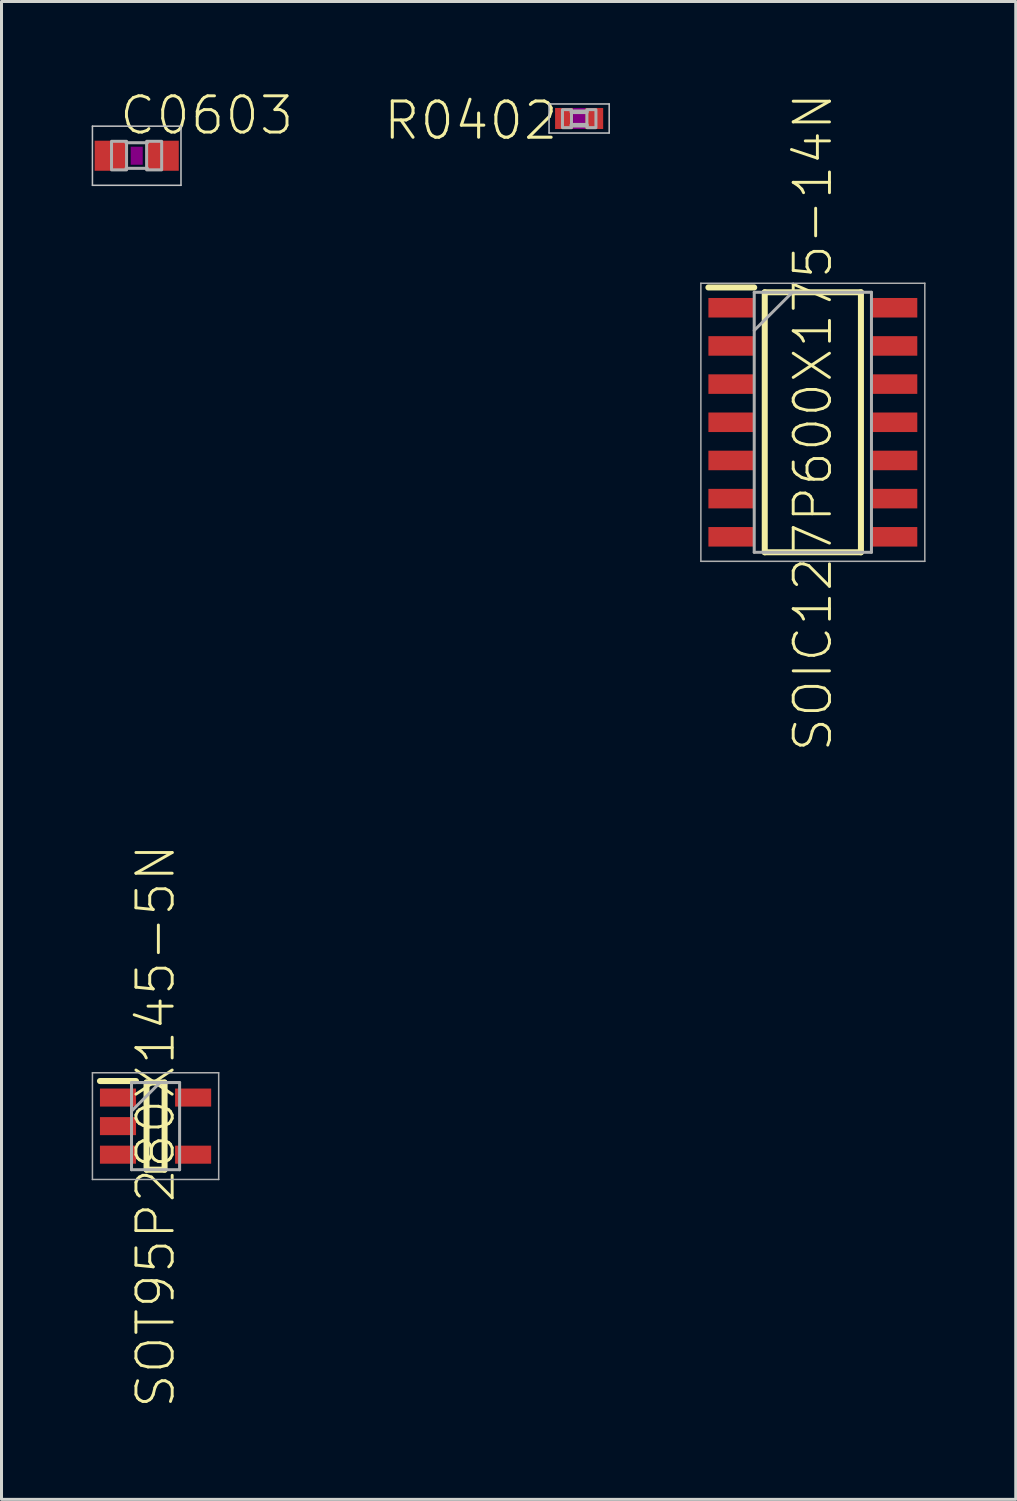
<source format=kicad_pcb>
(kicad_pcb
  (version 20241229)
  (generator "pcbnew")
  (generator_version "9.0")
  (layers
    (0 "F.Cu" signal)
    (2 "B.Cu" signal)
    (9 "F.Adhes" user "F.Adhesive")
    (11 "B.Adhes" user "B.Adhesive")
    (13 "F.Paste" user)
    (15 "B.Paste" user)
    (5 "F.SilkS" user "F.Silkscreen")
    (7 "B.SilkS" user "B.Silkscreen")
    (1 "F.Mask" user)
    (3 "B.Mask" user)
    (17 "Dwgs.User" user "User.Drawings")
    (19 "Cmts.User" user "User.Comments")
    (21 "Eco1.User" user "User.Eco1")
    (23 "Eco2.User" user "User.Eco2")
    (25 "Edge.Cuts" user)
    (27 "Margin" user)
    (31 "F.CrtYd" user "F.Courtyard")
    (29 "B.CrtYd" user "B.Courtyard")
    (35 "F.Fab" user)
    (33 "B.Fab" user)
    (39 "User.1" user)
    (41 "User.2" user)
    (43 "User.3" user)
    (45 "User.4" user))
  (footprint "SOIC127P600X175-14N"
    (layer "F.Cu")
    (at 23.991 10.998)
    (property "Reference" "SOIC127P600X175-14N" (at 0 0 270) (layer "F.SilkS") (effects (font (size 1.206 1.206) (thickness 0.097))))
    (attr through_hole)
    (fp_line (start -3.475 -4.485) (end -1.95 -4.485) (stroke (width 0.2) (type solid)) (layer "F.SilkS"))
    (fp_line (start -1.6 -4.325) (end 1.6 -4.325) (stroke (width 0.2) (type solid)) (layer "F.SilkS"))
    (fp_line (start -1.6 4.325) (end -1.6 -4.325) (stroke (width 0.2) (type solid)) (layer "F.SilkS"))
    (fp_line (start 1.6 -4.325) (end 1.6 4.325) (stroke (width 0.2) (type solid)) (layer "F.SilkS"))
    (fp_line (start 1.6 4.325) (end -1.6 4.325) (stroke (width 0.2) (type solid)) (layer "F.SilkS"))
    (fp_line (start -3.725 -4.625) (end 3.725 -4.625) (stroke (width 0.05) (type solid)) (layer "F.Fab"))
    (fp_line (start -3.725 4.625) (end -3.725 -4.625) (stroke (width 0.05) (type solid)) (layer "F.Fab"))
    (fp_line (start -1.95 -4.325) (end 1.95 -4.325) (stroke (width 0.1) (type solid)) (layer "F.Fab"))
    (fp_line (start -1.95 -3.055) (end -0.68 -4.325) (stroke (width 0.1) (type solid)) (layer "F.Fab"))
    (fp_line (start -1.95 4.325) (end -1.95 -4.325) (stroke (width 0.1) (type solid)) (layer "F.Fab"))
    (fp_line (start 1.95 -4.325) (end 1.95 4.325) (stroke (width 0.1) (type solid)) (layer "F.Fab"))
    (fp_line (start 1.95 4.325) (end -1.95 4.325) (stroke (width 0.1) (type solid)) (layer "F.Fab"))
    (fp_line (start 3.725 -4.625) (end 3.725 4.625) (stroke (width 0.05) (type solid)) (layer "F.Fab"))
    (fp_line (start 3.725 4.625) (end -3.725 4.625) (stroke (width 0.05) (type solid)) (layer "F.Fab"))
    (pad "1" smd rect (at -2.712 -3.81) (size 1.525 0.65) (layers "F.Cu" "F.Mask" "F.Paste"))
    (pad "2" smd rect (at -2.712 -2.54) (size 1.525 0.65) (layers "F.Cu" "F.Mask" "F.Paste"))
    (pad "3" smd rect (at -2.712 -1.27) (size 1.525 0.65) (layers "F.Cu" "F.Mask" "F.Paste"))
    (pad "4" smd rect (at -2.712 0) (size 1.525 0.65) (layers "F.Cu" "F.Mask" "F.Paste"))
    (pad "5" smd rect (at -2.712 1.27) (size 1.525 0.65) (layers "F.Cu" "F.Mask" "F.Paste"))
    (pad "6" smd rect (at -2.712 2.54) (size 1.525 0.65) (layers "F.Cu" "F.Mask" "F.Paste"))
    (pad "7" smd rect (at -2.712 3.81) (size 1.525 0.65) (layers "F.Cu" "F.Mask" "F.Paste"))
    (pad "8" smd rect (at 2.712 3.81) (size 1.525 0.65) (layers "F.Cu" "F.Mask" "F.Paste"))
    (pad "9" smd rect (at 2.712 2.54) (size 1.525 0.65) (layers "F.Cu" "F.Mask" "F.Paste"))
    (pad "10" smd rect (at 2.712 1.27) (size 1.525 0.65) (layers "F.Cu" "F.Mask" "F.Paste"))
    (pad "11" smd rect (at 2.712 0) (size 1.525 0.65) (layers "F.Cu" "F.Mask" "F.Paste"))
    (pad "12" smd rect (at 2.712 -1.27) (size 1.525 0.65) (layers "F.Cu" "F.Mask" "F.Paste"))
    (pad "13" smd rect (at 2.712 -2.54) (size 1.525 0.65) (layers "F.Cu" "F.Mask" "F.Paste"))
    (pad "14" smd rect (at 2.712 -3.81) (size 1.525 0.65) (layers "F.Cu" "F.Mask" "F.Paste")))
  (footprint "SOT95P280X145-5N"
    (layer "F.Cu")
    (at 2.125 34.413)
    (property "Reference" "SOT95P280X145-5N" (at 0 0 90) (layer "F.SilkS") (effects (font (size 1.206 1.206) (thickness 0.097))))
    (attr through_hole)
    (fp_line (start -1.85 -1.5) (end -0.65 -1.5) (stroke (width 0.2) (type solid)) (layer "F.SilkS"))
    (fp_line (start -0.3 -1.45) (end 0.3 -1.45) (stroke (width 0.2) (type solid)) (layer "F.SilkS"))
    (fp_line (start -0.3 1.45) (end -0.3 -1.45) (stroke (width 0.2) (type solid)) (layer "F.SilkS"))
    (fp_line (start 0.3 -1.45) (end 0.3 1.45) (stroke (width 0.2) (type solid)) (layer "F.SilkS"))
    (fp_line (start 0.3 1.45) (end -0.3 1.45) (stroke (width 0.2) (type solid)) (layer "F.SilkS"))
    (fp_line (start -2.1 -1.775) (end 2.1 -1.775) (stroke (width 0.05) (type solid)) (layer "F.Fab"))
    (fp_line (start -2.1 1.775) (end -2.1 -1.775) (stroke (width 0.05) (type solid)) (layer "F.Fab"))
    (fp_line (start -0.8 -1.45) (end 0.8 -1.45) (stroke (width 0.1) (type solid)) (layer "F.Fab"))
    (fp_line (start -0.8 -0.5) (end 0.15 -1.45) (stroke (width 0.1) (type solid)) (layer "F.Fab"))
    (fp_line (start -0.8 1.45) (end -0.8 -1.45) (stroke (width 0.1) (type solid)) (layer "F.Fab"))
    (fp_line (start 0.8 -1.45) (end 0.8 1.45) (stroke (width 0.1) (type solid)) (layer "F.Fab"))
    (fp_line (start 0.8 1.45) (end -0.8 1.45) (stroke (width 0.1) (type solid)) (layer "F.Fab"))
    (fp_line (start 2.1 -1.775) (end 2.1 1.775) (stroke (width 0.05) (type solid)) (layer "F.Fab"))
    (fp_line (start 2.1 1.775) (end -2.1 1.775) (stroke (width 0.05) (type solid)) (layer "F.Fab"))
    (pad "1" smd rect (at -1.25 -0.95) (size 1.2 0.6) (layers "F.Cu" "F.Mask" "F.Paste"))
    (pad "2" smd rect (at -1.25 0) (size 1.2 0.6) (layers "F.Cu" "F.Mask" "F.Paste"))
    (pad "3" smd rect (at -1.25 0.95) (size 1.2 0.6) (layers "F.Cu" "F.Mask" "F.Paste"))
    (pad "4" smd rect (at 1.25 0.95) (size 1.2 0.6) (layers "F.Cu" "F.Mask" "F.Paste"))
    (pad "5" smd rect (at 1.25 -0.95) (size 1.2 0.6) (layers "F.Cu" "F.Mask" "F.Paste")))
  (footprint "C0603"
    (layer "F.Cu")
    (at 1.498 2.131)
    (property "Reference" "C0603" (at -0.635 -0.635 180) (layer "F.SilkS") (effects (font (size 1.206 1.206) (thickness 0.097)) (justify left bottom)))
    (attr through_hole)
    (fp_poly (pts (xy -0.2 0.3) (xy 0.2 0.3) (xy 0.2 -0.3) (xy -0.2 -0.3)) (stroke (width 0) (type solid)) (fill yes) (layer "F.Adhes"))
    (fp_line (start -1.473 -0.983) (end 1.473 -0.983) (stroke (width 0.051) (type solid)) (layer "Dwgs.User"))
    (fp_line (start -1.473 0.983) (end -1.473 -0.983) (stroke (width 0.051) (type solid)) (layer "Dwgs.User"))
    (fp_line (start 1.473 -0.983) (end 1.473 0.983) (stroke (width 0.051) (type solid)) (layer "Dwgs.User"))
    (fp_line (start 1.473 0.983) (end -1.473 0.983) (stroke (width 0.051) (type solid)) (layer "Dwgs.User"))
    (fp_line (start -0.356 -0.432) (end 0.356 -0.432) (stroke (width 0.102) (type solid)) (layer "F.Fab"))
    (fp_line (start -0.356 0.419) (end 0.356 0.419) (stroke (width 0.102) (type solid)) (layer "F.Fab"))
    (fp_poly (pts (xy -0.838 0.47) (xy -0.338 0.47) (xy -0.338 -0.48) (xy -0.838 -0.48)) (stroke (width 0.1) (type solid)) (fill no) (layer "F.Fab"))
    (fp_poly (pts (xy 0.33 0.47) (xy 0.83 0.47) (xy 0.83 -0.48) (xy 0.33 -0.48)) (stroke (width 0.1) (type solid)) (fill no) (layer "F.Fab"))
    (pad "1" smd rect (at -0.85 0) (size 1.1 1) (layers "F.Cu" "F.Mask" "F.Paste"))
    (pad "2" smd rect (at 0.85 0) (size 1.1 1) (layers "F.Cu" "F.Mask" "F.Paste")))
  (footprint "R0402"
    (layer "F.Cu")
    (at 16.216 0.892)
    (property "Reference" "R0402" (at -0.635 -0.635 0) (layer "F.SilkS") (effects (font (size 1.206 1.206) (thickness 0.102)) (justify right top)))
    (attr through_hole)
    (fp_poly (pts (xy -0.2 0.35) (xy 0.2 0.35) (xy 0.2 -0.35) (xy -0.2 -0.35)) (stroke (width 0) (type solid)) (fill yes) (layer "F.Adhes"))
    (fp_line (start -1 -0.483) (end 1 -0.483) (stroke (width 0.051) (type solid)) (layer "Dwgs.User"))
    (fp_line (start -1 0.483) (end -1 -0.483) (stroke (width 0.051) (type solid)) (layer "Dwgs.User"))
    (fp_line (start 1 -0.483) (end 1 0.483) (stroke (width 0.051) (type solid)) (layer "Dwgs.User"))
    (fp_line (start 1 0.483) (end -1 0.483) (stroke (width 0.051) (type solid)) (layer "Dwgs.User"))
    (fp_line (start -0.245 -0.224) (end 0.245 -0.224) (stroke (width 0.152) (type solid)) (layer "F.Fab"))
    (fp_line (start 0.245 0.224) (end -0.245 0.224) (stroke (width 0.152) (type solid)) (layer "F.Fab"))
    (fp_poly (pts (xy -0.554 0.305) (xy -0.254 0.305) (xy -0.254 -0.295) (xy -0.554 -0.295)) (stroke (width 0.1) (type solid)) (fill no) (layer "F.Fab"))
    (fp_poly (pts (xy 0.259 0.305) (xy 0.559 0.305) (xy 0.559 -0.295) (xy 0.259 -0.295)) (stroke (width 0.1) (type solid)) (fill no) (layer "F.Fab"))
    (pad "1" smd rect (at -0.5 0) (size 0.6 0.7) (layers "F.Cu" "F.Mask" "F.Paste"))
    (pad "2" smd rect (at 0.5 0) (size 0.6 0.7) (layers "F.Cu" "F.Mask" "F.Paste")))
  (gr_rect
    (start -3 -3)
    (end 30.741 46.83)
    (stroke (width 0.1) (type default))
    (fill no)
    (layer "Edge.Cuts")))
</source>
